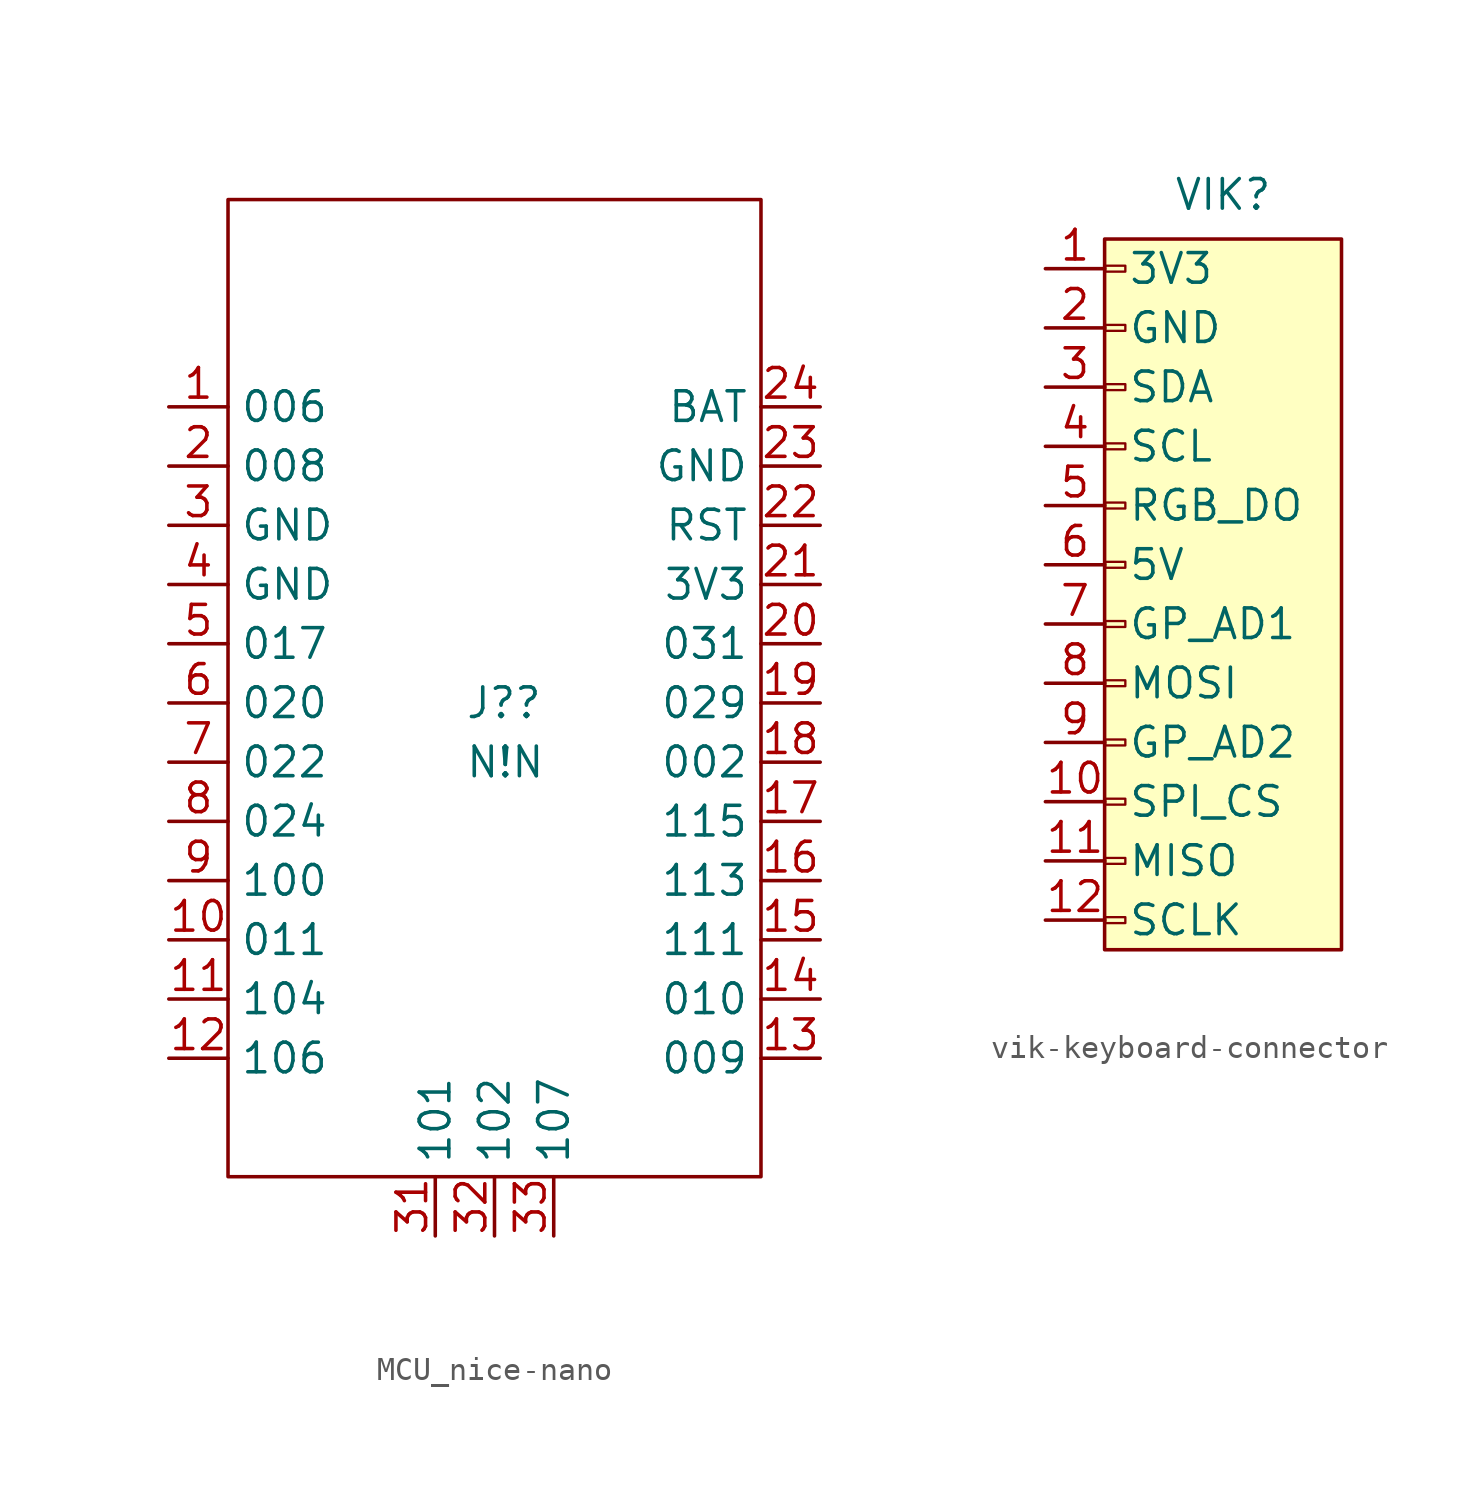
<source format=kicad_sym>
(kicad_symbol_lib
  (version 20231120)
  (generator "kicad_symbol_editor")
  (generator_version "8.0")
  (symbol "MCU_nice-nano"
    (property "Reference" "J?"
      (at -1.27 0 0)
      (effects (font (size 1.27 1.27)) (justify left)))
    (property "Value" "N!N"
      (at -1.27 -2.54 0)
      (effects (font (size 1.27 1.27)) (justify left)))
    (symbol "MCU_nice-nano_0_1"
      (rectangle (start -11.43 21.59) (end 11.43 -20.32) (stroke (width 0.152) (type default)) (fill (type none))))
    (symbol "MCU_nice-nano_1_1"
      (pin bidirectional line (at -13.97 12.7 0) (length 2.54) (name "006" (effects (font (size 1.27 1.27)))) (number "1" (effects (font (size 1.27 1.27)))))
      (pin bidirectional line (at -13.97 -10.16 0) (length 2.54) (name "011" (effects (font (size 1.27 1.27)))) (number "10" (effects (font (size 1.27 1.27)))))
      (pin bidirectional line (at -13.97 -12.7 0) (length 2.54) (name "104" (effects (font (size 1.27 1.27)))) (number "11" (effects (font (size 1.27 1.27)))))
      (pin bidirectional line (at -13.97 -15.24 0) (length 2.54) (name "106" (effects (font (size 1.27 1.27)))) (number "12" (effects (font (size 1.27 1.27)))))
      (pin bidirectional line (at 13.97 -15.24 180) (length 2.54) (name "009" (effects (font (size 1.27 1.27)))) (number "13" (effects (font (size 1.27 1.27)))))
      (pin bidirectional line (at 13.97 -12.7 180) (length 2.54) (name "010" (effects (font (size 1.27 1.27)))) (number "14" (effects (font (size 1.27 1.27)))))
      (pin bidirectional line (at 13.97 -10.16 180) (length 2.54) (name "111" (effects (font (size 1.27 1.27)))) (number "15" (effects (font (size 1.27 1.27)))))
      (pin bidirectional line (at 13.97 -7.62 180) (length 2.54) (name "113" (effects (font (size 1.27 1.27)))) (number "16" (effects (font (size 1.27 1.27)))))
      (pin bidirectional line (at 13.97 -5.08 180) (length 2.54) (name "115" (effects (font (size 1.27 1.27)))) (number "17" (effects (font (size 1.27 1.27)))))
      (pin bidirectional line (at 13.97 -2.54 180) (length 2.54) (name "002" (effects (font (size 1.27 1.27)))) (number "18" (effects (font (size 1.27 1.27)))))
      (pin bidirectional line (at 13.97 0 180) (length 2.54) (name "029" (effects (font (size 1.27 1.27)))) (number "19" (effects (font (size 1.27 1.27)))))
      (pin bidirectional line (at -13.97 10.16 0) (length 2.54) (name "008" (effects (font (size 1.27 1.27)))) (number "2" (effects (font (size 1.27 1.27)))))
      (pin bidirectional line (at 13.97 2.54 180) (length 2.54) (name "031" (effects (font (size 1.27 1.27)))) (number "20" (effects (font (size 1.27 1.27)))))
      (pin power_in line (at 13.97 5.08 180) (length 2.54) (name "3V3" (effects (font (size 1.27 1.27)))) (number "21" (effects (font (size 1.27 1.27)))))
      (pin bidirectional line (at 13.97 7.62 180) (length 2.54) (name "RST" (effects (font (size 1.27 1.27)))) (number "22" (effects (font (size 1.27 1.27)))))
      (pin power_in line (at 13.97 10.16 180) (length 2.54) (name "GND" (effects (font (size 1.27 1.27)))) (number "23" (effects (font (size 1.27 1.27)))))
      (pin power_in line (at 13.97 12.7 180) (length 2.54) (name "BAT" (effects (font (size 1.27 1.27)))) (number "24" (effects (font (size 1.27 1.27)))))
      (pin power_in line (at -13.97 7.62 0) (length 2.54) (name "GND" (effects (font (size 1.27 1.27)))) (number "3" (effects (font (size 1.27 1.27)))))
      (pin bidirectional line (at -2.54 -22.86 90) (length 2.54) (name "101" (effects (font (size 1.27 1.27)))) (number "31" (effects (font (size 1.27 1.27)))))
      (pin bidirectional line (at 0 -22.86 90) (length 2.54) (name "102" (effects (font (size 1.27 1.27)))) (number "32" (effects (font (size 1.27 1.27)))))
      (pin bidirectional line (at 2.54 -22.86 90) (length 2.54) (name "107" (effects (font (size 1.27 1.27)))) (number "33" (effects (font (size 1.27 1.27)))))
      (pin power_in line (at -13.97 5.08 0) (length 2.54) (name "GND" (effects (font (size 1.27 1.27)))) (number "4" (effects (font (size 1.27 1.27)))))
      (pin bidirectional line (at -13.97 2.54 0) (length 2.54) (name "017" (effects (font (size 1.27 1.27)))) (number "5" (effects (font (size 1.27 1.27)))))
      (pin bidirectional line (at -13.97 0 0) (length 2.54) (name "020" (effects (font (size 1.27 1.27)))) (number "6" (effects (font (size 1.27 1.27)))))
      (pin bidirectional line (at -13.97 -2.54 0) (length 2.54) (name "022" (effects (font (size 1.27 1.27)))) (number "7" (effects (font (size 1.27 1.27)))))
      (pin bidirectional line (at -13.97 -5.08 0) (length 2.54) (name "024" (effects (font (size 1.27 1.27)))) (number "8" (effects (font (size 1.27 1.27)))))
      (pin bidirectional line (at -13.97 -7.62 0) (length 2.54) (name "100" (effects (font (size 1.27 1.27)))) (number "9" (effects (font (size 1.27 1.27)))))))
  (symbol "vik-keyboard-connector"
    (pin_names
      (offset 1))
    (property "Reference" "VIK"
      (at 0 15.875 0)
      (effects (font (size 1.27 1.27))))
    (property "Value" ""
      (at 0 6.35 0)
      (effects (font (size 1.27 1.27))))
    (symbol "vik-keyboard-connector_1_1"
      (rectangle (start -5.08 13.97) (end 5.08 -16.51) (stroke (width 0) (type default)) (fill (type background)))
      (rectangle (start -5.055 -15.113) (end -4.191 -15.367) (stroke (width 0.1) (type default)) (fill (type none)))
      (rectangle (start -5.055 -12.573) (end -4.191 -12.827) (stroke (width 0.1) (type default)) (fill (type none)))
      (rectangle (start -5.055 -10.033) (end -4.191 -10.287) (stroke (width 0.1) (type default)) (fill (type none)))
      (rectangle (start -5.055 -7.493) (end -4.191 -7.747) (stroke (width 0.1) (type default)) (fill (type none)))
      (rectangle (start -5.055 -4.953) (end -4.191 -5.207) (stroke (width 0.1) (type default)) (fill (type none)))
      (rectangle (start -5.055 -2.413) (end -4.191 -2.667) (stroke (width 0.1) (type default)) (fill (type none)))
      (rectangle (start -5.055 0.127) (end -4.191 -0.127) (stroke (width 0.1) (type default)) (fill (type none)))
      (rectangle (start -5.055 2.667) (end -4.191 2.413) (stroke (width 0.1) (type default)) (fill (type none)))
      (rectangle (start -5.055 5.207) (end -4.191 4.953) (stroke (width 0.1) (type default)) (fill (type none)))
      (rectangle (start -5.055 7.747) (end -4.191 7.493) (stroke (width 0.1) (type default)) (fill (type none)))
      (rectangle (start -5.055 10.287) (end -4.191 10.033) (stroke (width 0.1) (type default)) (fill (type none)))
      (rectangle (start -5.055 12.827) (end -4.191 12.573) (stroke (width 0.1) (type default)) (fill (type none)))
      (pin power_in line (at -7.62 12.7 0) (length 2.54) (name "3V3" (effects (font (size 1.27 1.27)))) (number "1" (effects (font (size 1.27 1.27)))))
      (pin input line (at -7.62 -10.16 0) (length 2.54) (name "SPI_CS" (effects (font (size 1.27 1.27)))) (number "10" (effects (font (size 1.27 1.27)))))
      (pin tri_state line (at -7.62 -12.7 0) (length 2.54) (name "MISO" (effects (font (size 1.27 1.27)))) (number "11" (effects (font (size 1.27 1.27)))))
      (pin input line (at -7.62 -15.24 0) (length 2.54) (name "SCLK" (effects (font (size 1.27 1.27)))) (number "12" (effects (font (size 1.27 1.27)))))
      (pin power_in line (at -7.62 10.16 0) (length 2.54) (name "GND" (effects (font (size 1.27 1.27)))) (number "2" (effects (font (size 1.27 1.27)))))
      (pin bidirectional line (at -7.62 7.62 0) (length 2.54) (name "SDA" (effects (font (size 1.27 1.27)))) (number "3" (effects (font (size 1.27 1.27)))))
      (pin bidirectional line (at -7.62 5.08 0) (length 2.54) (name "SCL" (effects (font (size 1.27 1.27)))) (number "4" (effects (font (size 1.27 1.27)))))
      (pin input line (at -7.62 2.54 0) (length 2.54) (name "RGB_DO" (effects (font (size 1.27 1.27)))) (number "5" (effects (font (size 1.27 1.27)))))
      (pin power_in line (at -7.62 0 0) (length 2.54) (name "5V" (effects (font (size 1.27 1.27)))) (number "6" (effects (font (size 1.27 1.27)))))
      (pin bidirectional line (at -7.62 -2.54 0) (length 2.54) (name "GP_AD1" (effects (font (size 1.27 1.27)))) (number "7" (effects (font (size 1.27 1.27)))))
      (pin input line (at -7.62 -5.08 0) (length 2.54) (name "MOSI" (effects (font (size 1.27 1.27)))) (number "8" (effects (font (size 1.27 1.27)))))
      (pin bidirectional line (at -7.62 -7.62 0) (length 2.54) (name "GP_AD2" (effects (font (size 1.27 1.27)))) (number "9" (effects (font (size 1.27 1.27))))))))
</source>
